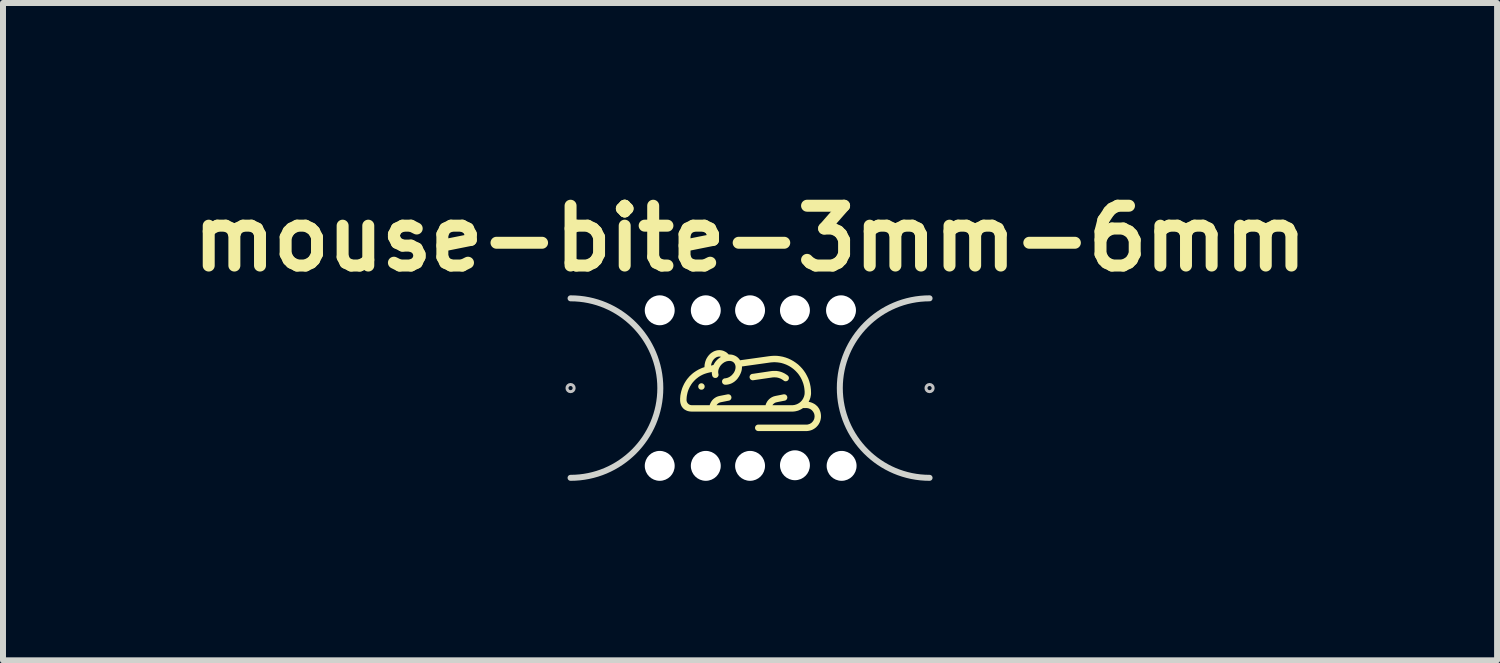
<source format=kicad_pcb>
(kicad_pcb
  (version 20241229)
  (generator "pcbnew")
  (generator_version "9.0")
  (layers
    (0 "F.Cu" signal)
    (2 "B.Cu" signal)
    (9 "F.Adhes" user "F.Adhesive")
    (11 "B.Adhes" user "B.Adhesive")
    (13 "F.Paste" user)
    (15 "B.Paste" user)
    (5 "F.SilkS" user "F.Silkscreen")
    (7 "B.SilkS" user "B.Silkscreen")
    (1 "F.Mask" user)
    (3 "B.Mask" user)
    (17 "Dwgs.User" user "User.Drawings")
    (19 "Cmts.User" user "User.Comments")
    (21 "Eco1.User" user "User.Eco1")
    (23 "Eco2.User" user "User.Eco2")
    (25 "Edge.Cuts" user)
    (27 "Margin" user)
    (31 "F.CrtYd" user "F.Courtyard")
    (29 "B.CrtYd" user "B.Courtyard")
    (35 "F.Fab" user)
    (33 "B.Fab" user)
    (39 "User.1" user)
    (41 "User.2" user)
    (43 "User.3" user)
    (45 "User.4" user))
  (footprint "mouse-bite-3mm-6mm"
    (layer "F.Cu")
    (at 9.486 3.436)
    (property "Reference" "mouse-bite-3mm-6mm" (at 0 -2.5 0) (layer "F.SilkS") (effects (font (size 1 1) (thickness 0.2))))
    (attr through_hole)
    (fp_poly (pts (xy -0.81 -0.08) (xy -0.807 -0.08) (xy -0.805 -0.079) (xy -0.802 -0.079) (xy -0.799 -0.078) (xy -0.797 -0.078) (xy -0.794 -0.077) (xy -0.792 -0.076) (xy -0.789 -0.075) (xy -0.787 -0.074) (xy -0.785 -0.072) (xy -0.783 -0.071) (xy -0.781 -0.069) (xy -0.779 -0.068) (xy -0.777 -0.066) (xy -0.775 -0.064) (xy -0.773 -0.062) (xy -0.771 -0.061) (xy -0.77 -0.058) (xy -0.768 -0.056) (xy -0.767 -0.054) (xy -0.766 -0.052) (xy -0.764 -0.05) (xy -0.763 -0.047) (xy -0.762 -0.045) (xy -0.761 -0.042) (xy -0.761 -0.04) (xy -0.76 -0.037) (xy -0.76 -0.035) (xy -0.759 -0.032) (xy -0.759 -0.029) (xy -0.759 -0.026) (xy -0.759 -0.024) (xy -0.759 -0.021) (xy -0.76 -0.018) (xy -0.76 -0.016) (xy -0.761 -0.013) (xy -0.761 -0.01) (xy -0.762 -0.008) (xy -0.763 -0.005) (xy -0.764 -0.003) (xy -0.766 -0.001) (xy -0.767 0.001) (xy -0.768 0.004) (xy -0.77 0.006) (xy -0.771 0.008) (xy -0.773 0.01) (xy -0.775 0.012) (xy -0.777 0.013) (xy -0.779 0.015) (xy -0.781 0.017) (xy -0.783 0.018) (xy -0.785 0.02) (xy -0.787 0.021) (xy -0.789 0.022) (xy -0.792 0.023) (xy -0.794 0.024) (xy -0.797 0.025) (xy -0.799 0.026) (xy -0.802 0.026) (xy -0.805 0.027) (xy -0.807 0.027) (xy -0.81 0.027) (xy -0.813 0.027) (xy -0.816 0.027) (xy -0.818 0.027) (xy -0.821 0.027) (xy -0.824 0.026) (xy -0.826 0.026) (xy -0.829 0.025) (xy -0.831 0.024) (xy -0.834 0.023) (xy -0.836 0.022) (xy -0.838 0.021) (xy -0.841 0.02) (xy -0.843 0.018) (xy -0.845 0.017) (xy -0.847 0.015) (xy -0.849 0.013) (xy -0.851 0.012) (xy -0.853 0.01) (xy -0.854 0.008) (xy -0.856 0.006) (xy -0.857 0.004) (xy -0.859 0.001) (xy -0.86 -0.001) (xy -0.861 -0.003) (xy -0.862 -0.005) (xy -0.863 -0.008) (xy -0.864 -0.01) (xy -0.865 -0.013) (xy -0.865 -0.016) (xy -0.866 -0.018) (xy -0.866 -0.021) (xy -0.866 -0.024) (xy -0.866 -0.026) (xy -0.866 -0.029) (xy -0.866 -0.032) (xy -0.866 -0.035) (xy -0.865 -0.037) (xy -0.865 -0.04) (xy -0.864 -0.042) (xy -0.863 -0.045) (xy -0.862 -0.047) (xy -0.861 -0.05) (xy -0.86 -0.052) (xy -0.859 -0.054) (xy -0.857 -0.056) (xy -0.856 -0.058) (xy -0.854 -0.061) (xy -0.853 -0.062) (xy -0.851 -0.064) (xy -0.849 -0.066) (xy -0.847 -0.068) (xy -0.845 -0.069) (xy -0.843 -0.071) (xy -0.841 -0.072) (xy -0.838 -0.074) (xy -0.836 -0.075) (xy -0.834 -0.076) (xy -0.831 -0.077) (xy -0.829 -0.078) (xy -0.826 -0.078) (xy -0.824 -0.079) (xy -0.821 -0.079) (xy -0.818 -0.08) (xy -0.816 -0.08) (xy -0.813 -0.08)) (stroke (width -0.000001) (type solid)) (fill yes) (layer "F.SilkS"))
    (fp_poly (pts (xy 0.416 -0.287) (xy 0.426 -0.287) (xy 0.437 -0.286) (xy 0.446 -0.286) (xy 0.456 -0.284) (xy 0.466 -0.283) (xy 0.476 -0.281) (xy 0.485 -0.279) (xy 0.495 -0.277) (xy 0.504 -0.274) (xy 0.513 -0.272) (xy 0.521 -0.269) (xy 0.529 -0.266) (xy 0.537 -0.263) (xy 0.544 -0.26) (xy 0.552 -0.257) (xy 0.559 -0.253) (xy 0.567 -0.249) (xy 0.574 -0.246) (xy 0.581 -0.242) (xy 0.588 -0.238) (xy 0.595 -0.233) (xy 0.602 -0.229) (xy 0.609 -0.224) (xy 0.616 -0.22) (xy 0.622 -0.215) (xy 0.629 -0.21) (xy 0.631 -0.208) (xy 0.633 -0.206) (xy 0.635 -0.204) (xy 0.637 -0.202) (xy 0.638 -0.2) (xy 0.64 -0.198) (xy 0.641 -0.196) (xy 0.642 -0.194) (xy 0.644 -0.191) (xy 0.645 -0.189) (xy 0.646 -0.186) (xy 0.647 -0.184) (xy 0.647 -0.181) (xy 0.648 -0.179) (xy 0.648 -0.176) (xy 0.649 -0.174) (xy 0.649 -0.171) (xy 0.649 -0.169) (xy 0.649 -0.166) (xy 0.649 -0.164) (xy 0.649 -0.161) (xy 0.648 -0.158) (xy 0.648 -0.156) (xy 0.647 -0.153) (xy 0.646 -0.151) (xy 0.645 -0.148) (xy 0.644 -0.146) (xy 0.643 -0.143) (xy 0.642 -0.141) (xy 0.641 -0.139) (xy 0.639 -0.137) (xy 0.637 -0.134) (xy 0.635 -0.132) (xy 0.633 -0.13) (xy 0.631 -0.127) (xy 0.629 -0.125) (xy 0.626 -0.124) (xy 0.624 -0.122) (xy 0.621 -0.12) (xy 0.618 -0.119) (xy 0.616 -0.118) (xy 0.613 -0.117) (xy 0.61 -0.116) (xy 0.607 -0.115) (xy 0.604 -0.115) (xy 0.601 -0.114) (xy 0.598 -0.114) (xy 0.595 -0.114) (xy 0.592 -0.114) (xy 0.589 -0.114) (xy 0.587 -0.114) (xy 0.584 -0.115) (xy 0.582 -0.115) (xy 0.58 -0.116) (xy 0.578 -0.116) (xy 0.576 -0.117) (xy 0.574 -0.118) (xy 0.572 -0.118) (xy 0.571 -0.119) (xy 0.569 -0.12) (xy 0.567 -0.122) (xy 0.565 -0.123) (xy 0.564 -0.124) (xy 0.562 -0.126) (xy 0.557 -0.129) (xy 0.552 -0.133) (xy 0.548 -0.136) (xy 0.543 -0.139) (xy 0.538 -0.142) (xy 0.533 -0.145) (xy 0.528 -0.148) (xy 0.523 -0.151) (xy 0.518 -0.154) (xy 0.513 -0.156) (xy 0.508 -0.159) (xy 0.502 -0.161) (xy 0.497 -0.163) (xy 0.491 -0.165) (xy 0.486 -0.167) (xy 0.48 -0.169) (xy 0.476 -0.17) (xy 0.472 -0.171) (xy 0.468 -0.173) (xy 0.463 -0.174) (xy 0.454 -0.175) (xy 0.446 -0.177) (xy 0.436 -0.178) (xy 0.427 -0.179) (xy 0.418 -0.179) (xy 0.408 -0.18) (xy 0.4 -0.18) (xy 0.393 -0.179) (xy 0.388 -0.179) (xy 0.384 -0.179) (xy 0.381 -0.179) (xy 0.377 -0.178) (xy 0.369 -0.177) (xy 0.053 -0.131) (xy 0.05 -0.131) (xy 0.048 -0.131) (xy 0.045 -0.131) (xy 0.042 -0.131) (xy 0.04 -0.131) (xy 0.037 -0.131) (xy 0.034 -0.132) (xy 0.032 -0.132) (xy 0.029 -0.133) (xy 0.027 -0.134) (xy 0.025 -0.135) (xy 0.022 -0.136) (xy 0.02 -0.137) (xy 0.018 -0.138) (xy 0.015 -0.14) (xy 0.013 -0.141) (xy 0.011 -0.143) (xy 0.009 -0.145) (xy 0.008 -0.146) (xy 0.006 -0.148) (xy 0.004 -0.15) (xy 0.002 -0.152) (xy 0.001 -0.154) (xy -0.00047 -0.157) (xy -0.002 -0.159) (xy -0.003 -0.161) (xy -0.004 -0.164) (xy -0.005 -0.166) (xy -0.006 -0.169) (xy -0.007 -0.171) (xy -0.007 -0.174) (xy -0.008 -0.177) (xy -0.008 -0.179) (xy -0.008 -0.182) (xy -0.008 -0.185) (xy -0.008 -0.188) (xy -0.008 -0.19) (xy -0.008 -0.193) (xy -0.007 -0.195) (xy -0.006 -0.198) (xy -0.006 -0.2) (xy -0.005 -0.203) (xy -0.004 -0.205) (xy -0.003 -0.208) (xy -0.002 -0.21) (xy -0.000368 -0.212) (xy 0.001 -0.214) (xy 0.003 -0.216) (xy 0.004 -0.219) (xy 0.006 -0.22) (xy 0.008 -0.222) (xy 0.009 -0.224) (xy 0.011 -0.226) (xy 0.013 -0.227) (xy 0.016 -0.229) (xy 0.018 -0.23) (xy 0.02 -0.232) (xy 0.022 -0.233) (xy 0.025 -0.234) (xy 0.027 -0.235) (xy 0.03 -0.236) (xy 0.032 -0.236) (xy 0.035 -0.237) (xy 0.038 -0.237) (xy 0.354 -0.284) (xy 0.365 -0.285) (xy 0.375 -0.286) (xy 0.386 -0.287) (xy 0.396 -0.287) (xy 0.406 -0.287)) (stroke (width -0.000001) (type solid)) (fill yes) (layer "F.SilkS"))
    (fp_poly (pts (xy -0.496 -0.633) (xy -0.484 -0.632) (xy -0.475 -0.63) (xy -0.466 -0.628) (xy -0.457 -0.626) (xy -0.448 -0.623) (xy -0.44 -0.62) (xy -0.431 -0.616) (xy -0.423 -0.612) (xy -0.415 -0.608) (xy -0.407 -0.604) (xy -0.399 -0.599) (xy -0.391 -0.593) (xy -0.384 -0.587) (xy -0.377 -0.581) (xy -0.37 -0.575) (xy -0.363 -0.568) (xy -0.357 -0.561) (xy -0.348 -0.562) (xy -0.339 -0.561) (xy -0.33 -0.561) (xy -0.321 -0.56) (xy -0.312 -0.559) (xy -0.304 -0.558) (xy -0.295 -0.556) (xy -0.287 -0.554) (xy -0.279 -0.551) (xy -0.27 -0.549) (xy -0.262 -0.545) (xy -0.255 -0.542) (xy -0.247 -0.538) (xy -0.239 -0.534) (xy -0.232 -0.53) (xy -0.225 -0.525) (xy -0.22 -0.522) (xy -0.216 -0.519) (xy -0.212 -0.516) (xy -0.208 -0.512) (xy -0.204 -0.509) (xy -0.2 -0.505) (xy -0.196 -0.502) (xy -0.193 -0.498) (xy -0.189 -0.494) (xy -0.186 -0.49) (xy -0.182 -0.486) (xy -0.179 -0.482) (xy -0.176 -0.478) (xy -0.173 -0.474) (xy -0.17 -0.469) (xy -0.167 -0.465) (xy 0.319 -0.533) (xy 0.337 -0.535) (xy 0.354 -0.537) (xy 0.372 -0.538) (xy 0.389 -0.539) (xy 0.406 -0.54) (xy 0.423 -0.539) (xy 0.441 -0.539) (xy 0.458 -0.538) (xy 0.475 -0.536) (xy 0.492 -0.534) (xy 0.509 -0.531) (xy 0.525 -0.528) (xy 0.542 -0.525) (xy 0.558 -0.521) (xy 0.574 -0.516) (xy 0.59 -0.512) (xy 0.637 -0.495) (xy 0.682 -0.474) (xy 0.725 -0.45) (xy 0.765 -0.423) (xy 0.803 -0.394) (xy 0.838 -0.361) (xy 0.871 -0.326) (xy 0.9 -0.289) (xy 0.927 -0.249) (xy 0.95 -0.207) (xy 0.971 -0.164) (xy 0.988 -0.119) (xy 1.001 -0.072) (xy 1.011 -0.024) (xy 1.017 0.025) (xy 1.019 0.074) (xy 1.019 0.085) (xy 1.019 0.096) (xy 1.018 0.106) (xy 1.017 0.116) (xy 1.015 0.126) (xy 1.013 0.136) (xy 1.011 0.146) (xy 1.009 0.156) (xy 1.006 0.166) (xy 1.003 0.175) (xy 1 0.185) (xy 0.996 0.194) (xy 0.992 0.203) (xy 0.988 0.212) (xy 0.983 0.221) (xy 0.979 0.23) (xy 1 0.234) (xy 1.021 0.24) (xy 1.041 0.248) (xy 1.06 0.257) (xy 1.069 0.262) (xy 1.078 0.267) (xy 1.087 0.273) (xy 1.095 0.279) (xy 1.103 0.286) (xy 1.111 0.293) (xy 1.119 0.3) (xy 1.126 0.307) (xy 1.133 0.315) (xy 1.139 0.324) (xy 1.145 0.332) (xy 1.151 0.341) (xy 1.156 0.35) (xy 1.161 0.36) (xy 1.165 0.37) (xy 1.169 0.38) (xy 1.173 0.391) (xy 1.176 0.401) (xy 1.179 0.412) (xy 1.181 0.424) (xy 1.183 0.436) (xy 1.184 0.448) (xy 1.185 0.46) (xy 1.185 0.472) (xy 1.185 0.485) (xy 1.184 0.497) (xy 1.182 0.51) (xy 1.18 0.522) (xy 1.177 0.534) (xy 1.174 0.545) (xy 1.17 0.557) (xy 1.166 0.568) (xy 1.161 0.579) (xy 1.155 0.589) (xy 1.15 0.6) (xy 1.143 0.61) (xy 1.136 0.619) (xy 1.129 0.629) (xy 1.121 0.637) (xy 1.113 0.646) (xy 1.105 0.654) (xy 1.096 0.662) (xy 1.086 0.669) (xy 1.077 0.676) (xy 1.067 0.682) (xy 1.057 0.688) (xy 1.046 0.694) (xy 1.035 0.699) (xy 1.024 0.703) (xy 1.013 0.707) (xy 1.001 0.71) (xy 0.989 0.713) (xy 0.977 0.715) (xy 0.965 0.717) (xy 0.952 0.718) (xy 0.94 0.718) (xy 0.137 0.718) (xy 0.134 0.718) (xy 0.131 0.718) (xy 0.129 0.717) (xy 0.126 0.717) (xy 0.123 0.716) (xy 0.121 0.715) (xy 0.118 0.715) (xy 0.116 0.714) (xy 0.114 0.713) (xy 0.111 0.711) (xy 0.109 0.71) (xy 0.107 0.709) (xy 0.105 0.707) (xy 0.103 0.706) (xy 0.101 0.704) (xy 0.099 0.702) (xy 0.097 0.7) (xy 0.095 0.698) (xy 0.094 0.696) (xy 0.092 0.694) (xy 0.091 0.692) (xy 0.09 0.69) (xy 0.088 0.687) (xy 0.087 0.685) (xy 0.086 0.683) (xy 0.086 0.68) (xy 0.085 0.678) (xy 0.084 0.675) (xy 0.084 0.672) (xy 0.083 0.67) (xy 0.083 0.667) (xy 0.083 0.664) (xy 0.083 0.661) (xy 0.083 0.659) (xy 0.084 0.656) (xy 0.084 0.653) (xy 0.085 0.651) (xy 0.086 0.648) (xy 0.086 0.646) (xy 0.087 0.643) (xy 0.088 0.641) (xy 0.09 0.639) (xy 0.091 0.636) (xy 0.092 0.634) (xy 0.094 0.632) (xy 0.095 0.63) (xy 0.097 0.628) (xy 0.099 0.626) (xy 0.101 0.624) (xy 0.103 0.623) (xy 0.105 0.621) (xy 0.107 0.62) (xy 0.109 0.618) (xy 0.111 0.617) (xy 0.114 0.616) (xy 0.116 0.615) (xy 0.118 0.614) (xy 0.121 0.613) (xy 0.123 0.612) (xy 0.126 0.612) (xy 0.129 0.611) (xy 0.131 0.611) (xy 0.134 0.611) (xy 0.137 0.61) (xy 0.94 0.61) (xy 0.947 0.61) (xy 0.954 0.61) (xy 0.961 0.609) (xy 0.968 0.608) (xy 0.974 0.606) (xy 0.981 0.604) (xy 0.987 0.602) (xy 0.994 0.6) (xy 1 0.597) (xy 1.006 0.594) (xy 1.011 0.59) (xy 1.017 0.587) (xy 1.022 0.583) (xy 1.028 0.579) (xy 1.033 0.575) (xy 1.037 0.57) (xy 1.042 0.565) (xy 1.046 0.56) (xy 1.05 0.555) (xy 1.054 0.55) (xy 1.058 0.544) (xy 1.061 0.538) (xy 1.064 0.532) (xy 1.067 0.526) (xy 1.07 0.52) (xy 1.072 0.513) (xy 1.074 0.507) (xy 1.075 0.5) (xy 1.076 0.493) (xy 1.077 0.486) (xy 1.078 0.479) (xy 1.078 0.472) (xy 1.078 0.465) (xy 1.077 0.458) (xy 1.076 0.451) (xy 1.075 0.445) (xy 1.074 0.438) (xy 1.072 0.431) (xy 1.07 0.425) (xy 1.067 0.419) (xy 1.064 0.413) (xy 1.061 0.407) (xy 1.058 0.401) (xy 1.054 0.395) (xy 1.05 0.39) (xy 1.046 0.385) (xy 1.042 0.38) (xy 1.037 0.375) (xy 1.033 0.37) (xy 1.028 0.366) (xy 1.022 0.362) (xy 1.017 0.358) (xy 1.011 0.354) (xy 1.006 0.351) (xy 1 0.348) (xy 0.994 0.345) (xy 0.987 0.343) (xy 0.981 0.34) (xy 0.974 0.339) (xy 0.968 0.337) (xy 0.961 0.336) (xy 0.954 0.335) (xy 0.947 0.334) (xy 0.94 0.334) (xy 0.885 0.334) (xy 0.875 0.341) (xy 0.865 0.347) (xy 0.855 0.353) (xy 0.844 0.359) (xy 0.833 0.364) (xy 0.822 0.369) (xy 0.811 0.374) (xy 0.799 0.378) (xy 0.788 0.381) (xy 0.776 0.384) (xy 0.764 0.387) (xy 0.752 0.389) (xy 0.739 0.391) (xy 0.727 0.392) (xy 0.714 0.393) (xy 0.701 0.393) (xy -0.975 0.393) (xy -0.995 0.392) (xy -1.004 0.391) (xy -1.014 0.39) (xy -1.023 0.388) (xy -1.032 0.386) (xy -1.041 0.384) (xy -1.05 0.381) (xy -1.059 0.377) (xy -1.067 0.374) (xy -1.075 0.37) (xy -1.083 0.365) (xy -1.091 0.361) (xy -1.098 0.356) (xy -1.105 0.35) (xy -1.112 0.344) (xy -1.119 0.338) (xy -1.125 0.331) (xy -1.13 0.324) (xy -1.136 0.317) (xy -1.141 0.309) (xy -1.146 0.301) (xy -1.15 0.292) (xy -1.154 0.283) (xy -1.157 0.274) (xy -1.16 0.264) (xy -1.163 0.254) (xy -1.165 0.244) (xy -1.167 0.233) (xy -1.168 0.222) (xy -1.169 0.21) (xy -1.169 0.199) (xy -1.062 0.199) (xy -1.062 0.203) (xy -1.061 0.208) (xy -1.061 0.212) (xy -1.06 0.216) (xy -1.059 0.22) (xy -1.058 0.225) (xy -1.056 0.229) (xy -1.055 0.233) (xy -1.053 0.236) (xy -1.051 0.24) (xy -1.049 0.244) (xy -1.047 0.247) (xy -1.044 0.251) (xy -1.042 0.254) (xy -1.039 0.257) (xy -1.036 0.26) (xy -1.033 0.263) (xy -1.03 0.266) (xy -1.027 0.269) (xy -1.023 0.271) (xy -1.02 0.273) (xy -1.016 0.275) (xy -1.012 0.277) (xy -1.008 0.279) (xy -1.005 0.281) (xy -1.001 0.282) (xy -0.996 0.283) (xy -0.992 0.284) (xy -0.988 0.285) (xy -0.984 0.285) (xy -0.979 0.286) (xy -0.975 0.286) (xy -0.675 0.286) (xy -0.671 0.272) (xy -0.665 0.258) (xy -0.659 0.245) (xy -0.652 0.232) (xy -0.644 0.22) (xy -0.636 0.208) (xy -0.626 0.197) (xy -0.616 0.186) (xy -0.605 0.177) (xy -0.594 0.168) (xy -0.581 0.16) (xy -0.569 0.152) (xy -0.555 0.146) (xy -0.541 0.14) (xy -0.527 0.136) (xy -0.512 0.132) (xy -0.376 0.105) (xy -0.373 0.104) (xy -0.37 0.104) (xy -0.368 0.104) (xy -0.365 0.104) (xy -0.362 0.104) (xy -0.36 0.104) (xy -0.357 0.104) (xy -0.354 0.105) (xy -0.352 0.105) (xy -0.349 0.106) (xy -0.347 0.107) (xy -0.344 0.108) (xy -0.342 0.109) (xy -0.34 0.11) (xy -0.338 0.111) (xy -0.335 0.113) (xy -0.333 0.114) (xy -0.331 0.116) (xy -0.329 0.118) (xy -0.327 0.119) (xy -0.326 0.121) (xy -0.324 0.123) (xy -0.322 0.125) (xy -0.321 0.127) (xy -0.319 0.129) (xy -0.318 0.132) (xy -0.317 0.134) (xy -0.316 0.137) (xy -0.315 0.139) (xy -0.314 0.142) (xy -0.313 0.144) (xy -0.312 0.147) (xy -0.312 0.15) (xy -0.312 0.152) (xy -0.311 0.155) (xy -0.311 0.158) (xy -0.311 0.16) (xy -0.312 0.163) (xy -0.312 0.166) (xy -0.312 0.168) (xy -0.313 0.171) (xy -0.314 0.173) (xy -0.315 0.176) (xy -0.316 0.178) (xy -0.317 0.181) (xy -0.318 0.183) (xy -0.319 0.185) (xy -0.32 0.187) (xy -0.322 0.189) (xy -0.323 0.191) (xy -0.325 0.193) (xy -0.327 0.195) (xy -0.329 0.197) (xy -0.331 0.199) (xy -0.333 0.2) (xy -0.335 0.202) (xy -0.337 0.203) (xy -0.339 0.205) (xy -0.342 0.206) (xy -0.344 0.207) (xy -0.347 0.208) (xy -0.349 0.209) (xy -0.352 0.21) (xy -0.355 0.21) (xy -0.491 0.237) (xy -0.496 0.239) (xy -0.502 0.24) (xy -0.507 0.242) (xy -0.512 0.244) (xy -0.517 0.246) (xy -0.522 0.249) (xy -0.526 0.252) (xy -0.531 0.255) (xy -0.535 0.258) (xy -0.539 0.261) (xy -0.543 0.265) (xy -0.547 0.269) (xy -0.55 0.273) (xy -0.554 0.277) (xy -0.557 0.281) (xy -0.56 0.286) (xy 0.259 0.286) (xy 0.263 0.272) (xy 0.268 0.258) (xy 0.275 0.245) (xy 0.282 0.232) (xy 0.289 0.22) (xy 0.298 0.208) (xy 0.308 0.197) (xy 0.318 0.186) (xy 0.329 0.177) (xy 0.34 0.168) (xy 0.353 0.16) (xy 0.365 0.152) (xy 0.379 0.146) (xy 0.393 0.14) (xy 0.407 0.136) (xy 0.422 0.132) (xy 0.558 0.105) (xy 0.561 0.104) (xy 0.564 0.104) (xy 0.566 0.104) (xy 0.569 0.104) (xy 0.572 0.104) (xy 0.574 0.104) (xy 0.577 0.104) (xy 0.58 0.105) (xy 0.582 0.105) (xy 0.585 0.106) (xy 0.587 0.107) (xy 0.59 0.108) (xy 0.592 0.109) (xy 0.594 0.11) (xy 0.596 0.111) (xy 0.599 0.113) (xy 0.601 0.114) (xy 0.603 0.116) (xy 0.605 0.118) (xy 0.607 0.119) (xy 0.608 0.121) (xy 0.61 0.123) (xy 0.612 0.125) (xy 0.613 0.127) (xy 0.615 0.129) (xy 0.616 0.132) (xy 0.617 0.134) (xy 0.618 0.137) (xy 0.619 0.139) (xy 0.62 0.142) (xy 0.621 0.144) (xy 0.622 0.147) (xy 0.622 0.15) (xy 0.622 0.152) (xy 0.623 0.155) (xy 0.623 0.158) (xy 0.623 0.16) (xy 0.622 0.163) (xy 0.622 0.166) (xy 0.622 0.168) (xy 0.621 0.171) (xy 0.62 0.173) (xy 0.619 0.176) (xy 0.618 0.178) (xy 0.617 0.181) (xy 0.616 0.183) (xy 0.615 0.185) (xy 0.614 0.187) (xy 0.612 0.189) (xy 0.611 0.191) (xy 0.609 0.193) (xy 0.607 0.195) (xy 0.605 0.197) (xy 0.603 0.199) (xy 0.601 0.2) (xy 0.599 0.202) (xy 0.597 0.203) (xy 0.595 0.205) (xy 0.592 0.206) (xy 0.59 0.207) (xy 0.587 0.208) (xy 0.585 0.209) (xy 0.582 0.21) (xy 0.579 0.21) (xy 0.443 0.237) (xy 0.438 0.239) (xy 0.432 0.24) (xy 0.427 0.242) (xy 0.422 0.244) (xy 0.417 0.246) (xy 0.412 0.249) (xy 0.408 0.252) (xy 0.403 0.255) (xy 0.399 0.258) (xy 0.395 0.261) (xy 0.391 0.265) (xy 0.387 0.269) (xy 0.384 0.273) (xy 0.38 0.277) (xy 0.377 0.281) (xy 0.374 0.286) (xy 0.701 0.286) (xy 0.701 0.286) (xy 0.712 0.286) (xy 0.723 0.285) (xy 0.733 0.283) (xy 0.744 0.282) (xy 0.754 0.279) (xy 0.764 0.276) (xy 0.774 0.273) (xy 0.783 0.269) (xy 0.792 0.265) (xy 0.802 0.26) (xy 0.81 0.255) (xy 0.819 0.25) (xy 0.827 0.244) (xy 0.835 0.238) (xy 0.843 0.231) (xy 0.85 0.224) (xy 0.857 0.217) (xy 0.864 0.209) (xy 0.87 0.201) (xy 0.876 0.193) (xy 0.881 0.184) (xy 0.887 0.175) (xy 0.891 0.166) (xy 0.895 0.157) (xy 0.899 0.147) (xy 0.903 0.138) (xy 0.905 0.128) (xy 0.908 0.117) (xy 0.91 0.107) (xy 0.911 0.096) (xy 0.912 0.086) (xy 0.912 0.075) (xy 0.912 0.054) (xy 0.91 0.034) (xy 0.908 0.013) (xy 0.905 -0.007) (xy 0.902 -0.027) (xy 0.897 -0.046) (xy 0.892 -0.066) (xy 0.886 -0.085) (xy 0.879 -0.103) (xy 0.872 -0.122) (xy 0.864 -0.14) (xy 0.855 -0.158) (xy 0.846 -0.175) (xy 0.836 -0.192) (xy 0.825 -0.209) (xy 0.814 -0.225) (xy 0.802 -0.241) (xy 0.789 -0.256) (xy 0.776 -0.27) (xy 0.762 -0.285) (xy 0.748 -0.298) (xy 0.733 -0.312) (xy 0.718 -0.324) (xy 0.702 -0.336) (xy 0.685 -0.348) (xy 0.669 -0.358) (xy 0.651 -0.369) (xy 0.633 -0.378) (xy 0.615 -0.387) (xy 0.596 -0.395) (xy 0.577 -0.402) (xy 0.558 -0.409) (xy 0.544 -0.413) (xy 0.531 -0.417) (xy 0.518 -0.42) (xy 0.504 -0.423) (xy 0.491 -0.425) (xy 0.477 -0.427) (xy 0.463 -0.429) (xy 0.449 -0.43) (xy 0.435 -0.431) (xy 0.42 -0.432) (xy 0.406 -0.432) (xy 0.392 -0.432) (xy 0.378 -0.431) (xy 0.363 -0.43) (xy 0.349 -0.429) (xy 0.334 -0.427) (xy -0.136 -0.361) (xy -0.135 -0.349) (xy -0.136 -0.337) (xy -0.137 -0.325) (xy -0.138 -0.313) (xy -0.14 -0.301) (xy -0.143 -0.29) (xy -0.146 -0.278) (xy -0.15 -0.266) (xy -0.155 -0.254) (xy -0.159 -0.243) (xy -0.165 -0.231) (xy -0.17 -0.22) (xy -0.177 -0.208) (xy -0.183 -0.197) (xy -0.19 -0.186) (xy -0.198 -0.175) (xy -0.205 -0.164) (xy -0.213 -0.154) (xy -0.221 -0.145) (xy -0.229 -0.136) (xy -0.237 -0.128) (xy -0.246 -0.121) (xy -0.254 -0.114) (xy -0.262 -0.107) (xy -0.27 -0.101) (xy -0.279 -0.096) (xy -0.287 -0.091) (xy -0.295 -0.086) (xy -0.303 -0.082) (xy -0.311 -0.078) (xy -0.319 -0.075) (xy -0.326 -0.072) (xy -0.341 -0.067) (xy -0.355 -0.063) (xy -0.369 -0.06) (xy -0.381 -0.058) (xy -0.391 -0.057) (xy -0.401 -0.056) (xy -0.415 -0.056) (xy -0.417 -0.056) (xy -0.42 -0.056) (xy -0.423 -0.056) (xy -0.425 -0.057) (xy -0.427 -0.057) (xy -0.43 -0.058) (xy -0.432 -0.059) (xy -0.435 -0.06) (xy -0.437 -0.061) (xy -0.439 -0.062) (xy -0.441 -0.063) (xy -0.443 -0.064) (xy -0.445 -0.065) (xy -0.447 -0.067) (xy -0.449 -0.068) (xy -0.451 -0.07) (xy -0.453 -0.072) (xy -0.455 -0.074) (xy -0.456 -0.076) (xy -0.458 -0.077) (xy -0.459 -0.079) (xy -0.461 -0.082) (xy -0.462 -0.084) (xy -0.463 -0.086) (xy -0.464 -0.088) (xy -0.465 -0.091) (xy -0.466 -0.093) (xy -0.467 -0.095) (xy -0.467 -0.098) (xy -0.468 -0.101) (xy -0.468 -0.103) (xy -0.468 -0.106) (xy -0.468 -0.108) (xy -0.468 -0.111) (xy -0.468 -0.114) (xy -0.468 -0.117) (xy -0.468 -0.119) (xy -0.467 -0.122) (xy -0.466 -0.124) (xy -0.466 -0.127) (xy -0.465 -0.129) (xy -0.464 -0.132) (xy -0.463 -0.134) (xy -0.461 -0.136) (xy -0.46 -0.139) (xy -0.458 -0.141) (xy -0.457 -0.143) (xy -0.455 -0.145) (xy -0.454 -0.147) (xy -0.452 -0.148) (xy -0.45 -0.15) (xy -0.448 -0.152) (xy -0.446 -0.153) (xy -0.444 -0.155) (xy -0.441 -0.156) (xy -0.439 -0.157) (xy -0.437 -0.159) (xy -0.434 -0.16) (xy -0.432 -0.161) (xy -0.429 -0.161) (xy -0.427 -0.162) (xy -0.424 -0.162) (xy -0.421 -0.163) (xy -0.419 -0.163) (xy -0.409 -0.164) (xy -0.4 -0.166) (xy -0.39 -0.168) (xy -0.381 -0.17) (xy -0.372 -0.174) (xy -0.363 -0.177) (xy -0.354 -0.182) (xy -0.345 -0.186) (xy -0.336 -0.192) (xy -0.328 -0.197) (xy -0.32 -0.204) (xy -0.312 -0.21) (xy -0.304 -0.217) (xy -0.297 -0.225) (xy -0.29 -0.233) (xy -0.283 -0.241) (xy -0.277 -0.249) (xy -0.272 -0.256) (xy -0.267 -0.264) (xy -0.263 -0.272) (xy -0.259 -0.28) (xy -0.255 -0.288) (xy -0.252 -0.297) (xy -0.25 -0.305) (xy -0.247 -0.313) (xy -0.246 -0.321) (xy -0.244 -0.329) (xy -0.243 -0.338) (xy -0.243 -0.346) (xy -0.243 -0.354) (xy -0.243 -0.362) (xy -0.244 -0.37) (xy -0.245 -0.374) (xy -0.246 -0.378) (xy -0.247 -0.382) (xy -0.248 -0.386) (xy -0.25 -0.39) (xy -0.251 -0.395) (xy -0.253 -0.399) (xy -0.255 -0.404) (xy -0.258 -0.408) (xy -0.261 -0.412) (xy -0.264 -0.417) (xy -0.267 -0.421) (xy -0.271 -0.425) (xy -0.273 -0.427) (xy -0.275 -0.429) (xy -0.278 -0.431) (xy -0.28 -0.433) (xy -0.282 -0.435) (xy -0.285 -0.436) (xy -0.29 -0.44) (xy -0.296 -0.443) (xy -0.302 -0.446) (xy -0.308 -0.448) (xy -0.314 -0.45) (xy -0.321 -0.451) (xy -0.327 -0.453) (xy -0.334 -0.454) (xy -0.341 -0.454) (xy -0.347 -0.454) (xy -0.354 -0.454) (xy -0.361 -0.453) (xy -0.368 -0.452) (xy -0.375 -0.451) (xy -0.382 -0.45) (xy -0.39 -0.448) (xy -0.397 -0.446) (xy -0.404 -0.443) (xy -0.411 -0.44) (xy -0.418 -0.437) (xy -0.425 -0.434) (xy -0.432 -0.43) (xy -0.438 -0.426) (xy -0.445 -0.421) (xy -0.451 -0.417) (xy -0.458 -0.412) (xy -0.464 -0.406) (xy -0.47 -0.401) (xy -0.476 -0.395) (xy -0.482 -0.389) (xy -0.487 -0.383) (xy -0.493 -0.376) (xy -0.499 -0.368) (xy -0.504 -0.359) (xy -0.509 -0.351) (xy -0.514 -0.342) (xy -0.518 -0.333) (xy -0.522 -0.324) (xy -0.525 -0.315) (xy -0.528 -0.306) (xy -0.53 -0.297) (xy -0.531 -0.288) (xy -0.532 -0.279) (xy -0.533 -0.27) (xy -0.532 -0.261) (xy -0.532 -0.253) (xy -0.53 -0.244) (xy -0.529 -0.236) (xy -0.528 -0.233) (xy -0.527 -0.231) (xy -0.527 -0.228) (xy -0.527 -0.225) (xy -0.527 -0.222) (xy -0.527 -0.22) (xy -0.527 -0.217) (xy -0.527 -0.215) (xy -0.528 -0.212) (xy -0.528 -0.209) (xy -0.529 -0.207) (xy -0.53 -0.204) (xy -0.531 -0.202) (xy -0.532 -0.2) (xy -0.533 -0.197) (xy -0.534 -0.195) (xy -0.535 -0.193) (xy -0.537 -0.191) (xy -0.538 -0.189) (xy -0.54 -0.187) (xy -0.542 -0.185) (xy -0.544 -0.183) (xy -0.546 -0.181) (xy -0.548 -0.18) (xy -0.55 -0.178) (xy -0.552 -0.177) (xy -0.554 -0.175) (xy -0.557 -0.174) (xy -0.559 -0.173) (xy -0.562 -0.172) (xy -0.564 -0.171) (xy -0.567 -0.17) (xy -0.57 -0.17) (xy -0.572 -0.169) (xy -0.575 -0.169) (xy -0.578 -0.169) (xy -0.58 -0.169) (xy -0.583 -0.169) (xy -0.586 -0.169) (xy -0.588 -0.169) (xy -0.591 -0.17) (xy -0.593 -0.17) (xy -0.596 -0.171) (xy -0.598 -0.172) (xy -0.601 -0.173) (xy -0.603 -0.174) (xy -0.606 -0.175) (xy -0.608 -0.176) (xy -0.61 -0.177) (xy -0.612 -0.179) (xy -0.614 -0.18) (xy -0.616 -0.182) (xy -0.618 -0.184) (xy -0.62 -0.186) (xy -0.622 -0.188) (xy -0.623 -0.19) (xy -0.625 -0.192) (xy -0.626 -0.194) (xy -0.628 -0.196) (xy -0.629 -0.199) (xy -0.63 -0.201) (xy -0.631 -0.203) (xy -0.632 -0.206) (xy -0.633 -0.209) (xy -0.634 -0.216) (xy -0.636 -0.223) (xy -0.637 -0.231) (xy -0.638 -0.239) (xy -0.639 -0.246) (xy -0.64 -0.254) (xy -0.64 -0.262) (xy -0.64 -0.269) (xy -0.702 -0.255) (xy -0.721 -0.25) (xy -0.74 -0.244) (xy -0.758 -0.238) (xy -0.776 -0.231) (xy -0.794 -0.223) (xy -0.812 -0.214) (xy -0.829 -0.205) (xy -0.845 -0.195) (xy -0.862 -0.184) (xy -0.877 -0.172) (xy -0.893 -0.16) (xy -0.907 -0.148) (xy -0.922 -0.134) (xy -0.935 -0.12) (xy -0.948 -0.106) (xy -0.961 -0.091) (xy -0.973 -0.075) (xy -0.984 -0.059) (xy -0.994 -0.042) (xy -1.004 -0.026) (xy -1.013 -0.008) (xy -1.021 0.009) (xy -1.029 0.027) (xy -1.036 0.046) (xy -1.042 0.064) (xy -1.047 0.083) (xy -1.051 0.102) (xy -1.055 0.121) (xy -1.058 0.14) (xy -1.06 0.16) (xy -1.061 0.179) (xy -1.062 0.199) (xy -1.169 0.199) (xy -1.169 0.199) (xy -1.169 0.174) (xy -1.167 0.15) (xy -1.165 0.126) (xy -1.161 0.103) (xy -1.156 0.079) (xy -1.151 0.056) (xy -1.144 0.033) (xy -1.137 0.01) (xy -1.129 -0.012) (xy -1.119 -0.035) (xy -1.109 -0.056) (xy -1.098 -0.078) (xy -1.086 -0.098) (xy -1.073 -0.119) (xy -1.06 -0.138) (xy -1.045 -0.158) (xy -1.031 -0.174) (xy -1.017 -0.191) (xy -1.002 -0.206) (xy -0.986 -0.221) (xy -0.97 -0.236) (xy -0.953 -0.25) (xy -0.936 -0.263) (xy -0.918 -0.275) (xy -0.9 -0.287) (xy -0.881 -0.298) (xy -0.862 -0.309) (xy -0.843 -0.318) (xy -0.823 -0.327) (xy -0.803 -0.336) (xy -0.783 -0.343) (xy -0.762 -0.35) (xy -0.762 -0.356) (xy -0.762 -0.362) (xy -0.761 -0.369) (xy -0.761 -0.375) (xy -0.761 -0.376) (xy -0.653 -0.376) (xy -0.612 -0.386) (xy -0.608 -0.393) (xy -0.605 -0.4) (xy -0.601 -0.407) (xy -0.596 -0.414) (xy -0.592 -0.421) (xy -0.587 -0.428) (xy -0.583 -0.435) (xy -0.578 -0.441) (xy -0.573 -0.447) (xy -0.568 -0.453) (xy -0.563 -0.459) (xy -0.557 -0.465) (xy -0.552 -0.47) (xy -0.547 -0.476) (xy -0.541 -0.481) (xy -0.535 -0.486) (xy -0.529 -0.491) (xy -0.524 -0.496) (xy -0.517 -0.501) (xy -0.511 -0.505) (xy -0.505 -0.51) (xy -0.499 -0.514) (xy -0.492 -0.518) (xy -0.486 -0.522) (xy -0.488 -0.522) (xy -0.489 -0.523) (xy -0.491 -0.523) (xy -0.493 -0.524) (xy -0.494 -0.524) (xy -0.496 -0.525) (xy -0.498 -0.525) (xy -0.5 -0.525) (xy -0.506 -0.526) (xy -0.513 -0.526) (xy -0.519 -0.526) (xy -0.526 -0.526) (xy -0.532 -0.525) (xy -0.538 -0.523) (xy -0.544 -0.522) (xy -0.551 -0.52) (xy -0.557 -0.517) (xy -0.563 -0.515) (xy -0.569 -0.511) (xy -0.574 -0.508) (xy -0.58 -0.504) (xy -0.586 -0.5) (xy -0.591 -0.496) (xy -0.596 -0.491) (xy -0.601 -0.486) (xy -0.606 -0.481) (xy -0.611 -0.475) (xy -0.615 -0.47) (xy -0.62 -0.464) (xy -0.624 -0.457) (xy -0.628 -0.451) (xy -0.631 -0.444) (xy -0.635 -0.437) (xy -0.638 -0.43) (xy -0.641 -0.423) (xy -0.644 -0.415) (xy -0.646 -0.407) (xy -0.648 -0.399) (xy -0.65 -0.391) (xy -0.652 -0.383) (xy -0.652 -0.381) (xy -0.652 -0.38) (xy -0.652 -0.38) (xy -0.652 -0.379) (xy -0.653 -0.378) (xy -0.653 -0.377) (xy -0.653 -0.377) (xy -0.653 -0.377) (xy -0.653 -0.376) (xy -0.761 -0.376) (xy -0.76 -0.381) (xy -0.76 -0.388) (xy -0.759 -0.394) (xy -0.758 -0.401) (xy -0.755 -0.414) (xy -0.752 -0.428) (xy -0.749 -0.441) (xy -0.744 -0.453) (xy -0.74 -0.466) (xy -0.735 -0.478) (xy -0.729 -0.49) (xy -0.723 -0.501) (xy -0.716 -0.512) (xy -0.709 -0.523) (xy -0.702 -0.533) (xy -0.694 -0.543) (xy -0.686 -0.552) (xy -0.678 -0.561) (xy -0.669 -0.57) (xy -0.66 -0.578) (xy -0.65 -0.586) (xy -0.64 -0.593) (xy -0.63 -0.599) (xy -0.62 -0.605) (xy -0.61 -0.611) (xy -0.599 -0.616) (xy -0.588 -0.62) (xy -0.577 -0.624) (xy -0.566 -0.627) (xy -0.555 -0.63) (xy -0.543 -0.632) (xy -0.531 -0.633) (xy -0.52 -0.634) (xy -0.508 -0.634)) (stroke (width -0.000001) (type solid)) (fill yes) (layer "F.SilkS"))
    (fp_circle (center -3 0) (end -3 -0.06) (stroke (width 0.05) (type solid)) (fill no) (layer "Dwgs.User"))
    (fp_circle (center 3 0) (end 3.06 0) (stroke (width 0.05) (type solid)) (fill no) (layer "Dwgs.User"))
    (fp_arc (start -3 -1.5) (mid -1.5 0) (end -3 1.5) (stroke (width 0.1) (type solid)) (layer "Edge.Cuts"))
    (fp_arc (start 3 1.5) (mid 1.5 0) (end 3 -1.5) (stroke (width 0.1) (type solid)) (layer "Edge.Cuts"))
    (pad "" np_thru_hole circle (at -1.51 -1.3) (size 0.5 0.5) (drill 0.5) (layers "*.Cu" "*.Mask"))
    (pad "" np_thru_hole circle (at -1.51 1.3) (size 0.5 0.5) (drill 0.5) (layers "*.Cu" "*.Mask"))
    (pad "" np_thru_hole circle (at -0.74 -1.3) (size 0.5 0.5) (drill 0.5) (layers "*.Cu" "*.Mask"))
    (pad "" np_thru_hole circle (at -0.74 1.3) (size 0.5 0.5) (drill 0.5) (layers "*.Cu" "*.Mask"))
    (pad "" np_thru_hole circle (at 0 -1.3) (size 0.5 0.5) (drill 0.5) (layers "*.Cu" "*.Mask"))
    (pad "" np_thru_hole circle (at 0 1.3) (size 0.5 0.5) (drill 0.5) (layers "*.Cu" "*.Mask"))
    (pad "" np_thru_hole circle (at 0.75 -1.3) (size 0.5 0.5) (drill 0.5) (layers "*.Cu" "*.Mask"))
    (pad "" np_thru_hole circle (at 0.75 1.29) (size 0.5 0.5) (drill 0.5) (layers "*.Cu" "*.Mask"))
    (pad "" np_thru_hole circle (at 1.52 -1.3) (size 0.5 0.5) (drill 0.5) (layers "*.Cu" "*.Mask"))
    (pad "" np_thru_hole circle (at 1.53 1.3) (size 0.5 0.5) (drill 0.5) (layers "*.Cu" "*.Mask")))
  (gr_rect
    (start -3 -3)
    (end 21.971 7.986)
    (stroke (width 0.1) (type default))
    (fill no)
    (layer "Edge.Cuts")))
</source>
